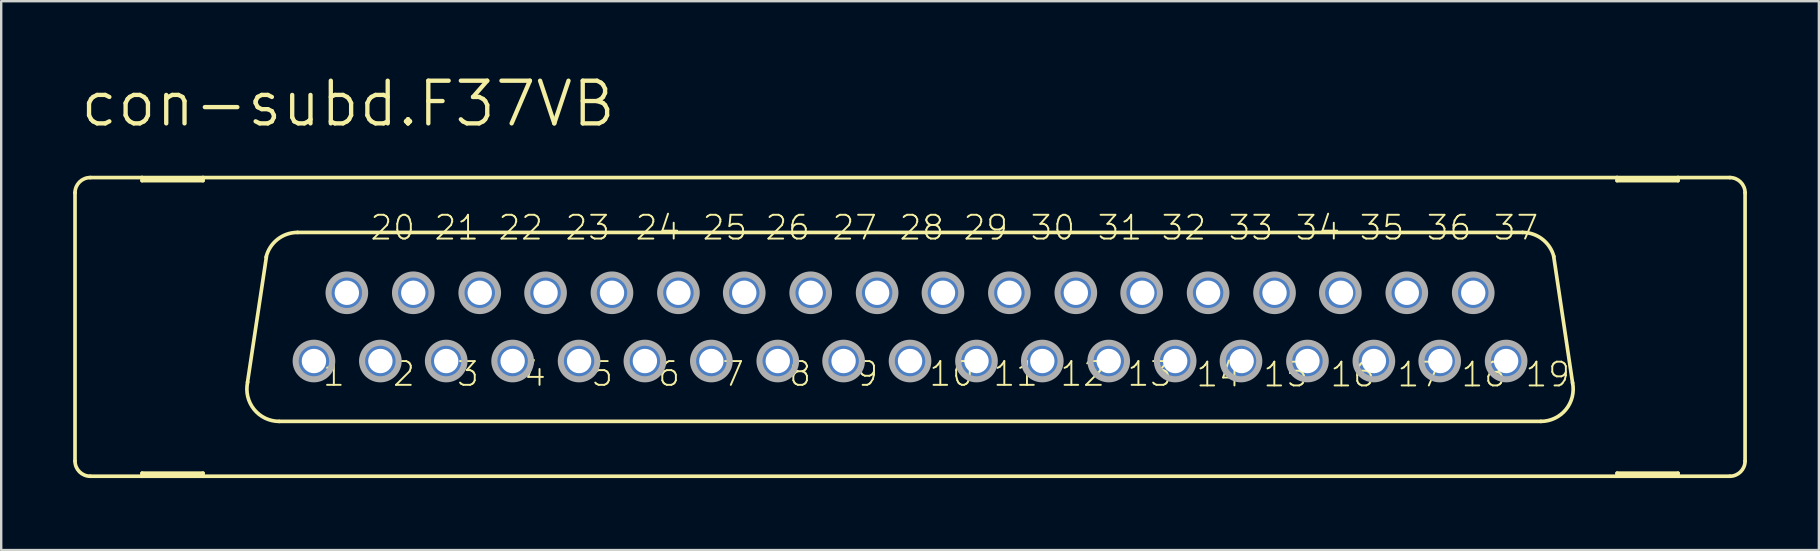
<source format=kicad_pcb>
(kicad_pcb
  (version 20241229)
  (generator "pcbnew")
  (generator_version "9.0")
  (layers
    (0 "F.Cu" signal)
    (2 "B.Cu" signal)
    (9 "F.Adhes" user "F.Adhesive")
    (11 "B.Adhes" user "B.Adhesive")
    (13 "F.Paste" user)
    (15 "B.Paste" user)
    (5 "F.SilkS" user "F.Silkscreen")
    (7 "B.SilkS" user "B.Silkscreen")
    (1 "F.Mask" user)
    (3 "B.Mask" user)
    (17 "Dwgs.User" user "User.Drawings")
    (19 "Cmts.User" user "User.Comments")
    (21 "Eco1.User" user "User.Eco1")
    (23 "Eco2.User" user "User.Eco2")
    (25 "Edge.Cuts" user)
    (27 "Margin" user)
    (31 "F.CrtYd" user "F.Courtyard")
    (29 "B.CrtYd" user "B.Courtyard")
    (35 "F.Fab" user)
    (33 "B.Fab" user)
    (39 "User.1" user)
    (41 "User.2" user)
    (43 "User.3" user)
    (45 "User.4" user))
  (footprint "con-subd.F37VB"
    (layer "F.Cu")
    (at 34.874 10.573)
    (property "Reference" "con-subd.F37VB" (at -34.671 -8.255 0) (layer "F.SilkS") (effects (font (size 1.778 1.778) (thickness 0.18)) (justify left bottom)))
    (attr through_hole)
    (fp_line (start -34.798 5.588) (end -34.798 -5.588) (stroke (width 0.152) (type default)) (layer "F.SilkS"))
    (fp_line (start -34.163 6.223) (end -32.004 6.223) (stroke (width 0.152) (type default)) (layer "F.SilkS"))
    (fp_line (start -32.004 -6.223) (end -34.163 -6.223) (stroke (width 0.152) (type default)) (layer "F.SilkS"))
    (fp_line (start -32.004 -6.096) (end -32.004 -6.223) (stroke (width 0.152) (type default)) (layer "F.SilkS"))
    (fp_line (start -32.004 6.096) (end -32.004 6.223) (stroke (width 0.152) (type default)) (layer "F.SilkS"))
    (fp_line (start -32.004 6.223) (end -29.464 6.223) (stroke (width 0.152) (type default)) (layer "F.SilkS"))
    (fp_line (start -29.464 -6.223) (end -32.004 -6.223) (stroke (width 0.152) (type default)) (layer "F.SilkS"))
    (fp_line (start -29.464 -6.223) (end -29.464 -6.096) (stroke (width 0.152) (type default)) (layer "F.SilkS"))
    (fp_line (start -29.464 -6.096) (end -32.004 -6.096) (stroke (width 0.152) (type default)) (layer "F.SilkS"))
    (fp_line (start -29.464 6.096) (end -32.004 6.096) (stroke (width 0.152) (type default)) (layer "F.SilkS"))
    (fp_line (start -29.464 6.223) (end -29.464 6.096) (stroke (width 0.152) (type default)) (layer "F.SilkS"))
    (fp_line (start -29.464 6.223) (end 29.464 6.223) (stroke (width 0.152) (type default)) (layer "F.SilkS"))
    (fp_line (start -27.61 2.311) (end -26.822 -2.921) (stroke (width 0.152) (type default)) (layer "F.SilkS"))
    (fp_line (start 25.527 -3.937) (end -25.527 -3.937) (stroke (width 0.152) (type default)) (layer "F.SilkS"))
    (fp_line (start 26.289 3.937) (end -26.289 3.937) (stroke (width 0.152) (type default)) (layer "F.SilkS"))
    (fp_line (start 26.822 -2.946) (end 27.61 2.337) (stroke (width 0.152) (type default)) (layer "F.SilkS"))
    (fp_line (start 29.464 -6.223) (end -29.464 -6.223) (stroke (width 0.152) (type default)) (layer "F.SilkS"))
    (fp_line (start 29.464 -6.096) (end 29.464 -6.223) (stroke (width 0.152) (type default)) (layer "F.SilkS"))
    (fp_line (start 29.464 6.096) (end 29.464 6.223) (stroke (width 0.152) (type default)) (layer "F.SilkS"))
    (fp_line (start 29.464 6.223) (end 32.004 6.223) (stroke (width 0.152) (type default)) (layer "F.SilkS"))
    (fp_line (start 32.004 -6.223) (end 29.464 -6.223) (stroke (width 0.152) (type default)) (layer "F.SilkS"))
    (fp_line (start 32.004 -6.223) (end 32.004 -6.096) (stroke (width 0.152) (type default)) (layer "F.SilkS"))
    (fp_line (start 32.004 -6.096) (end 29.464 -6.096) (stroke (width 0.152) (type default)) (layer "F.SilkS"))
    (fp_line (start 32.004 6.096) (end 29.464 6.096) (stroke (width 0.152) (type default)) (layer "F.SilkS"))
    (fp_line (start 32.004 6.223) (end 32.004 6.096) (stroke (width 0.152) (type default)) (layer "F.SilkS"))
    (fp_line (start 32.004 6.223) (end 34.163 6.223) (stroke (width 0.152) (type default)) (layer "F.SilkS"))
    (fp_line (start 34.163 -6.223) (end 32.004 -6.223) (stroke (width 0.152) (type default)) (layer "F.SilkS"))
    (fp_line (start 34.798 5.588) (end 34.798 -5.588) (stroke (width 0.152) (type default)) (layer "F.SilkS"))
    (fp_arc (start -34.798 -5.588) (mid -34.612013 -6.037013) (end -34.163 -6.223) (stroke (width 0.1524) (type default)) (layer "F.SilkS"))
    (fp_arc (start -34.163 6.223) (mid -34.612013 6.037013) (end -34.798 5.588) (stroke (width 0.1524) (type default)) (layer "F.SilkS"))
    (fp_arc (start -26.8357 -2.905) (mid -26.360256 -3.647874) (end -25.527 -3.937) (stroke (width 0.1524) (type default)) (layer "F.SilkS"))
    (fp_arc (start -26.289 3.937) (mid -27.337556 3.435184) (end -27.6045 2.3038) (stroke (width 0.1524) (type default)) (layer "F.SilkS"))
    (fp_arc (start 25.527 -3.937) (mid 26.3505 -3.655746) (end 26.8299 -2.9295) (stroke (width 0.1524) (type default)) (layer "F.SilkS"))
    (fp_arc (start 27.6091 2.3268) (mid 27.330082 3.444284) (end 26.289 3.937) (stroke (width 0.1524) (type default)) (layer "F.SilkS"))
    (fp_arc (start 34.163 -6.223) (mid 34.612013 -6.037013) (end 34.798 -5.588) (stroke (width 0.1524) (type default)) (layer "F.SilkS"))
    (fp_arc (start 34.798 5.588) (mid 34.612013 6.037013) (end 34.163 6.223) (stroke (width 0.1524) (type default)) (layer "F.SilkS"))
    (fp_circle (center -24.841 1.422) (end -24.079 1.422) (stroke (width 0.254) (type default)) (fill no) (layer "F.Fab"))
    (fp_circle (center -23.47 -1.422) (end -22.708 -1.422) (stroke (width 0.254) (type default)) (fill no) (layer "F.Fab"))
    (fp_circle (center -22.073 1.422) (end -21.311 1.422) (stroke (width 0.254) (type default)) (fill no) (layer "F.Fab"))
    (fp_circle (center -20.701 -1.422) (end -19.939 -1.422) (stroke (width 0.254) (type default)) (fill no) (layer "F.Fab"))
    (fp_circle (center -19.329 1.422) (end -18.567 1.422) (stroke (width 0.254) (type default)) (fill no) (layer "F.Fab"))
    (fp_circle (center -17.932 -1.422) (end -17.17 -1.422) (stroke (width 0.254) (type default)) (fill no) (layer "F.Fab"))
    (fp_circle (center -16.561 1.422) (end -15.799 1.422) (stroke (width 0.254) (type default)) (fill no) (layer "F.Fab"))
    (fp_circle (center -15.189 -1.422) (end -14.427 -1.422) (stroke (width 0.254) (type default)) (fill no) (layer "F.Fab"))
    (fp_circle (center -13.792 1.422) (end -13.03 1.422) (stroke (width 0.254) (type default)) (fill no) (layer "F.Fab"))
    (fp_circle (center -12.421 -1.422) (end -11.659 -1.422) (stroke (width 0.254) (type default)) (fill no) (layer "F.Fab"))
    (fp_circle (center -11.049 1.422) (end -10.287 1.422) (stroke (width 0.254) (type default)) (fill no) (layer "F.Fab"))
    (fp_circle (center -9.652 -1.422) (end -8.89 -1.422) (stroke (width 0.254) (type default)) (fill no) (layer "F.Fab"))
    (fp_circle (center -8.28 1.422) (end -7.518 1.422) (stroke (width 0.254) (type default)) (fill no) (layer "F.Fab"))
    (fp_circle (center -6.909 -1.422) (end -6.147 -1.422) (stroke (width 0.254) (type default)) (fill no) (layer "F.Fab"))
    (fp_circle (center -5.512 1.422) (end -4.75 1.422) (stroke (width 0.254) (type default)) (fill no) (layer "F.Fab"))
    (fp_circle (center -4.14 -1.422) (end -3.378 -1.422) (stroke (width 0.254) (type default)) (fill no) (layer "F.Fab"))
    (fp_circle (center -2.769 1.422) (end -2.007 1.422) (stroke (width 0.254) (type default)) (fill no) (layer "F.Fab"))
    (fp_circle (center -1.372 -1.422) (end -0.61 -1.422) (stroke (width 0.254) (type default)) (fill no) (layer "F.Fab"))
    (fp_circle (center 0 1.422) (end 0.762 1.422) (stroke (width 0.254) (type default)) (fill no) (layer "F.Fab"))
    (fp_circle (center 1.372 -1.422) (end 2.134 -1.422) (stroke (width 0.254) (type default)) (fill no) (layer "F.Fab"))
    (fp_circle (center 2.769 1.422) (end 3.531 1.422) (stroke (width 0.254) (type default)) (fill no) (layer "F.Fab"))
    (fp_circle (center 4.14 -1.422) (end 4.902 -1.422) (stroke (width 0.254) (type default)) (fill no) (layer "F.Fab"))
    (fp_circle (center 5.512 1.422) (end 6.274 1.422) (stroke (width 0.254) (type default)) (fill no) (layer "F.Fab"))
    (fp_circle (center 6.909 -1.422) (end 7.671 -1.422) (stroke (width 0.254) (type default)) (fill no) (layer "F.Fab"))
    (fp_circle (center 8.28 1.422) (end 9.042 1.422) (stroke (width 0.254) (type default)) (fill no) (layer "F.Fab"))
    (fp_circle (center 9.652 -1.422) (end 10.414 -1.422) (stroke (width 0.254) (type default)) (fill no) (layer "F.Fab"))
    (fp_circle (center 11.049 1.422) (end 11.811 1.422) (stroke (width 0.254) (type default)) (fill no) (layer "F.Fab"))
    (fp_circle (center 12.421 -1.422) (end 13.183 -1.422) (stroke (width 0.254) (type default)) (fill no) (layer "F.Fab"))
    (fp_circle (center 13.792 1.422) (end 14.554 1.422) (stroke (width 0.254) (type default)) (fill no) (layer "F.Fab"))
    (fp_circle (center 15.189 -1.422) (end 15.951 -1.422) (stroke (width 0.254) (type default)) (fill no) (layer "F.Fab"))
    (fp_circle (center 16.561 1.422) (end 17.323 1.422) (stroke (width 0.254) (type default)) (fill no) (layer "F.Fab"))
    (fp_circle (center 17.932 -1.422) (end 18.694 -1.422) (stroke (width 0.254) (type default)) (fill no) (layer "F.Fab"))
    (fp_circle (center 19.329 1.422) (end 20.091 1.422) (stroke (width 0.254) (type default)) (fill no) (layer "F.Fab"))
    (fp_circle (center 20.701 -1.422) (end 21.463 -1.422) (stroke (width 0.254) (type default)) (fill no) (layer "F.Fab"))
    (fp_circle (center 22.073 1.422) (end 22.835 1.422) (stroke (width 0.254) (type default)) (fill no) (layer "F.Fab"))
    (fp_circle (center 23.47 -1.422) (end 24.232 -1.422) (stroke (width 0.254) (type default)) (fill no) (layer "F.Fab"))
    (fp_circle (center 24.841 1.422) (end 25.603 1.422) (stroke (width 0.254) (type default)) (fill no) (layer "F.Fab"))
    (fp_text user "23" (at -14.427 -3.556 180) (layer "F.SilkS") (effects (font (size 0.991 0.991) (thickness 0.08)) (justify left bottom)))
    (fp_text user "31" (at 7.747 -3.556 180) (layer "F.SilkS") (effects (font (size 0.991 0.991) (thickness 0.08)) (justify left bottom)))
    (fp_text user "29" (at 2.159 -3.556 180) (layer "F.SilkS") (effects (font (size 0.991 0.991) (thickness 0.08)) (justify left bottom)))
    (fp_text user "13" (at 8.992 2.54 180) (layer "F.SilkS") (effects (font (size 0.991 0.991) (thickness 0.08)) (justify left bottom)))
    (fp_text user "12" (at 6.198 2.54 180) (layer "F.SilkS") (effects (font (size 0.991 0.991) (thickness 0.08)) (justify left bottom)))
    (fp_text user "36" (at 21.463 -3.556 180) (layer "F.SilkS") (effects (font (size 0.991 0.991) (thickness 0.08)) (justify left bottom)))
    (fp_text user "15" (at 14.656 2.565 180) (layer "F.SilkS") (effects (font (size 0.991 0.991) (thickness 0.08)) (justify left bottom)))
    (fp_text user "16" (at 17.45 2.565 180) (layer "F.SilkS") (effects (font (size 0.991 0.991) (thickness 0.08)) (justify left bottom)))
    (fp_text user "35" (at 18.669 -3.556 180) (layer "F.SilkS") (effects (font (size 0.991 0.991) (thickness 0.08)) (justify left bottom)))
    (fp_text user "14" (at 11.862 2.565 180) (layer "F.SilkS") (effects (font (size 0.991 0.991) (thickness 0.08)) (justify left bottom)))
    (fp_text user "18" (at 22.911 2.565 180) (layer "F.SilkS") (effects (font (size 0.991 0.991) (thickness 0.08)) (justify left bottom)))
    (fp_text user "20" (at -22.555 -3.556 180) (layer "F.SilkS") (effects (font (size 0.991 0.991) (thickness 0.08)) (justify left bottom)))
    (fp_text user "25" (at -8.712 -3.556 180) (layer "F.SilkS") (effects (font (size 0.991 0.991) (thickness 0.08)) (justify left bottom)))
    (fp_text user "8" (at -5.105 2.54 180) (layer "F.SilkS") (effects (font (size 0.991 0.991) (thickness 0.08)) (justify left bottom)))
    (fp_text user "21" (at -19.888 -3.556 180) (layer "F.SilkS") (effects (font (size 0.991 0.991) (thickness 0.08)) (justify left bottom)))
    (fp_text user "22" (at -17.221 -3.556 180) (layer "F.SilkS") (effects (font (size 0.991 0.991) (thickness 0.08)) (justify left bottom)))
    (fp_text user "33" (at 13.208 -3.556 180) (layer "F.SilkS") (effects (font (size 0.991 0.991) (thickness 0.08)) (justify left bottom)))
    (fp_text user "11" (at 3.404 2.54 180) (layer "F.SilkS") (effects (font (size 0.991 0.991) (thickness 0.08)) (justify left bottom)))
    (fp_text user "1" (at -24.536 2.54 180) (layer "F.SilkS") (effects (font (size 0.991 0.991) (thickness 0.08)) (justify left bottom)))
    (fp_text user "28" (at -0.508 -3.556 180) (layer "F.SilkS") (effects (font (size 0.991 0.991) (thickness 0.08)) (justify left bottom)))
    (fp_text user "24" (at -11.506 -3.556 180) (layer "F.SilkS") (effects (font (size 0.991 0.991) (thickness 0.08)) (justify left bottom)))
    (fp_text user "7" (at -7.899 2.54 180) (layer "F.SilkS") (effects (font (size 0.991 0.991) (thickness 0.08)) (justify left bottom)))
    (fp_text user "6" (at -10.566 2.54 180) (layer "F.SilkS") (effects (font (size 0.991 0.991) (thickness 0.08)) (justify left bottom)))
    (fp_text user "9" (at -2.311 2.54 180) (layer "F.SilkS") (effects (font (size 0.991 0.991) (thickness 0.08)) (justify left bottom)))
    (fp_text user "32" (at 10.414 -3.556 180) (layer "F.SilkS") (effects (font (size 0.991 0.991) (thickness 0.08)) (justify left bottom)))
    (fp_text user "26" (at -6.096 -3.556 180) (layer "F.SilkS") (effects (font (size 0.991 0.991) (thickness 0.08)) (justify left bottom)))
    (fp_text user "4" (at -16.154 2.54 180) (layer "F.SilkS") (effects (font (size 0.991 0.991) (thickness 0.08)) (justify left bottom)))
    (fp_text user "17" (at 20.244 2.565 180) (layer "F.SilkS") (effects (font (size 0.991 0.991) (thickness 0.08)) (justify left bottom)))
    (fp_text user "10" (at 0.737 2.54 180) (layer "F.SilkS") (effects (font (size 0.991 0.991) (thickness 0.08)) (justify left bottom)))
    (fp_text user "19" (at 25.578 2.565 180) (layer "F.SilkS") (effects (font (size 0.991 0.991) (thickness 0.08)) (justify left bottom)))
    (fp_text user "5" (at -13.36 2.54 180) (layer "F.SilkS") (effects (font (size 0.991 0.991) (thickness 0.08)) (justify left bottom)))
    (fp_text user "37" (at 24.257 -3.556 180) (layer "F.SilkS") (effects (font (size 0.991 0.991) (thickness 0.08)) (justify left bottom)))
    (fp_text user "3" (at -18.948 2.54 180) (layer "F.SilkS") (effects (font (size 0.991 0.991) (thickness 0.08)) (justify left bottom)))
    (fp_text user "34" (at 16.002 -3.556 180) (layer "F.SilkS") (effects (font (size 0.991 0.991) (thickness 0.08)) (justify left bottom)))
    (fp_text user "30" (at 4.953 -3.556 180) (layer "F.SilkS") (effects (font (size 0.991 0.991) (thickness 0.08)) (justify left bottom)))
    (fp_text user "2" (at -21.615 2.54 180) (layer "F.SilkS") (effects (font (size 0.991 0.991) (thickness 0.08)) (justify left bottom)))
    (fp_text user "27" (at -3.302 -3.556 180) (layer "F.SilkS") (effects (font (size 0.991 0.991) (thickness 0.08)) (justify left bottom)))
    (pad "1" thru_hole circle (at -24.841 1.422) (size 1.524 1.524) (drill 1.016) (layers "*.Cu" "*.Mask"))
    (pad "2" thru_hole circle (at -22.073 1.422) (size 1.524 1.524) (drill 1.016) (layers "*.Cu" "*.Mask"))
    (pad "3" thru_hole circle (at -19.329 1.422) (size 1.524 1.524) (drill 1.016) (layers "*.Cu" "*.Mask"))
    (pad "4" thru_hole circle (at -16.561 1.422) (size 1.524 1.524) (drill 1.016) (layers "*.Cu" "*.Mask"))
    (pad "5" thru_hole circle (at -13.792 1.422) (size 1.524 1.524) (drill 1.016) (layers "*.Cu" "*.Mask"))
    (pad "6" thru_hole circle (at -11.049 1.422) (size 1.524 1.524) (drill 1.016) (layers "*.Cu" "*.Mask"))
    (pad "7" thru_hole circle (at -8.28 1.422) (size 1.524 1.524) (drill 1.016) (layers "*.Cu" "*.Mask"))
    (pad "8" thru_hole circle (at -5.512 1.422) (size 1.524 1.524) (drill 1.016) (layers "*.Cu" "*.Mask"))
    (pad "9" thru_hole circle (at -2.769 1.422) (size 1.524 1.524) (drill 1.016) (layers "*.Cu" "*.Mask"))
    (pad "10" thru_hole circle (at 0 1.422) (size 1.524 1.524) (drill 1.016) (layers "*.Cu" "*.Mask"))
    (pad "11" thru_hole circle (at 2.769 1.422) (size 1.524 1.524) (drill 1.016) (layers "*.Cu" "*.Mask"))
    (pad "12" thru_hole circle (at 5.512 1.422) (size 1.524 1.524) (drill 1.016) (layers "*.Cu" "*.Mask"))
    (pad "13" thru_hole circle (at 8.28 1.422) (size 1.524 1.524) (drill 1.016) (layers "*.Cu" "*.Mask"))
    (pad "14" thru_hole circle (at 11.049 1.422) (size 1.524 1.524) (drill 1.016) (layers "*.Cu" "*.Mask"))
    (pad "15" thru_hole circle (at 13.818 1.422) (size 1.524 1.524) (drill 1.016) (layers "*.Cu" "*.Mask"))
    (pad "16" thru_hole circle (at 16.561 1.422) (size 1.524 1.524) (drill 1.016) (layers "*.Cu" "*.Mask"))
    (pad "17" thru_hole circle (at 19.329 1.422) (size 1.524 1.524) (drill 1.016) (layers "*.Cu" "*.Mask"))
    (pad "18" thru_hole circle (at 22.098 1.422) (size 1.524 1.524) (drill 1.016) (layers "*.Cu" "*.Mask"))
    (pad "19" thru_hole circle (at 24.841 1.422) (size 1.524 1.524) (drill 1.016) (layers "*.Cu" "*.Mask"))
    (pad "20" thru_hole circle (at -23.47 -1.422) (size 1.524 1.524) (drill 1.016) (layers "*.Cu" "*.Mask"))
    (pad "21" thru_hole circle (at -20.701 -1.422) (size 1.524 1.524) (drill 1.016) (layers "*.Cu" "*.Mask"))
    (pad "22" thru_hole circle (at -17.932 -1.422) (size 1.524 1.524) (drill 1.016) (layers "*.Cu" "*.Mask"))
    (pad "23" thru_hole circle (at -15.189 -1.422) (size 1.524 1.524) (drill 1.016) (layers "*.Cu" "*.Mask"))
    (pad "24" thru_hole circle (at -12.421 -1.422) (size 1.524 1.524) (drill 1.016) (layers "*.Cu" "*.Mask"))
    (pad "25" thru_hole circle (at -9.652 -1.422) (size 1.524 1.524) (drill 1.016) (layers "*.Cu" "*.Mask"))
    (pad "26" thru_hole circle (at -6.909 -1.422) (size 1.524 1.524) (drill 1.016) (layers "*.Cu" "*.Mask"))
    (pad "27" thru_hole circle (at -4.14 -1.422) (size 1.524 1.524) (drill 1.016) (layers "*.Cu" "*.Mask"))
    (pad "28" thru_hole circle (at -1.372 -1.422) (size 1.524 1.524) (drill 1.016) (layers "*.Cu" "*.Mask"))
    (pad "29" thru_hole circle (at 1.372 -1.422) (size 1.524 1.524) (drill 1.016) (layers "*.Cu" "*.Mask"))
    (pad "30" thru_hole circle (at 4.14 -1.422) (size 1.524 1.524) (drill 1.016) (layers "*.Cu" "*.Mask"))
    (pad "31" thru_hole circle (at 6.909 -1.422) (size 1.524 1.524) (drill 1.016) (layers "*.Cu" "*.Mask"))
    (pad "32" thru_hole circle (at 9.677 -1.422) (size 1.524 1.524) (drill 1.016) (layers "*.Cu" "*.Mask"))
    (pad "33" thru_hole circle (at 12.421 -1.422) (size 1.524 1.524) (drill 1.016) (layers "*.Cu" "*.Mask"))
    (pad "34" thru_hole circle (at 15.189 -1.422) (size 1.524 1.524) (drill 1.016) (layers "*.Cu" "*.Mask"))
    (pad "35" thru_hole circle (at 17.958 -1.422) (size 1.524 1.524) (drill 1.016) (layers "*.Cu" "*.Mask"))
    (pad "36" thru_hole circle (at 20.701 -1.422) (size 1.524 1.524) (drill 1.016) (layers "*.Cu" "*.Mask"))
    (pad "37" thru_hole circle (at 23.47 -1.422) (size 1.524 1.524) (drill 1.016) (layers "*.Cu" "*.Mask")))
  (gr_rect
    (start -3 -3)
    (end 72.748 19.872)
    (stroke (width 0.1) (type default))
    (fill no)
    (layer "Edge.Cuts")))
</source>
